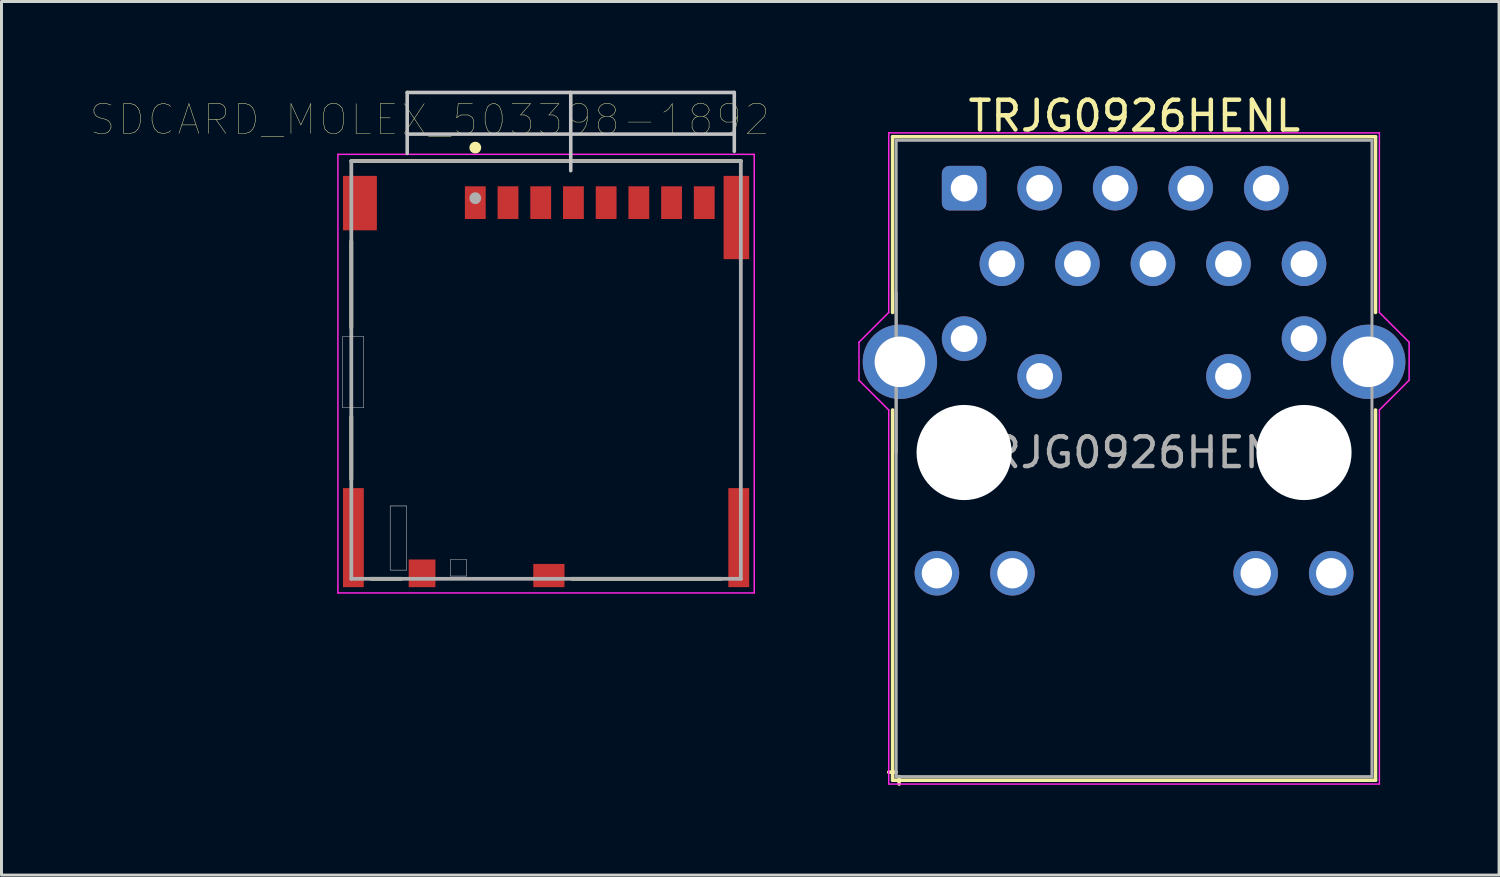
<source format=kicad_pcb>
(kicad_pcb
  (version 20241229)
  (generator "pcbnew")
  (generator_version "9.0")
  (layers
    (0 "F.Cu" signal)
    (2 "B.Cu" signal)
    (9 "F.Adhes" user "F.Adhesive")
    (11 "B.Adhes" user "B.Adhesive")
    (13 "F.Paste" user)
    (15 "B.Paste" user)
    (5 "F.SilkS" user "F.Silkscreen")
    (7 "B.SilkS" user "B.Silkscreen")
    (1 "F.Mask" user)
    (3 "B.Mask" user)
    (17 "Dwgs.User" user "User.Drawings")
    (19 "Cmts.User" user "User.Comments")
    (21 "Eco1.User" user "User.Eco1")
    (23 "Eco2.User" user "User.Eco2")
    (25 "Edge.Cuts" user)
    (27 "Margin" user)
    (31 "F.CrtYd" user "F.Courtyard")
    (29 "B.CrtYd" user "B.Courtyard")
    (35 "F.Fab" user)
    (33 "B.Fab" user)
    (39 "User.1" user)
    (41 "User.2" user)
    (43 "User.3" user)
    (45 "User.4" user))
  (footprint "TRJG0926HENL"
    (layer "F.Cu")
    (at 35.088 12.168)
    (property "Reference" "TRJG0926HENL" (at 0.01 -11.32 0) (layer "F.SilkS") (effects (font (size 1 1) (thickness 0.15))))
    (attr through_hole)
    (fp_line (start -8.12 -10.62) (end -8.12 -4.71) (stroke (width 0.12) (type solid)) (layer "F.SilkS"))
    (fp_line (start -8.12 -10.62) (end 8.12 -10.62) (stroke (width 0.12) (type solid)) (layer "F.SilkS"))
    (fp_line (start -8.12 -1.43) (end -8.12 11.02) (stroke (width 0.12) (type solid)) (layer "F.SilkS"))
    (fp_line (start -8 10.75) (end -8.25 10.75) (stroke (width 0.12) (type solid)) (layer "F.SilkS"))
    (fp_line (start -7.9 10.9) (end -7.9 11.15) (stroke (width 0.12) (type solid)) (layer "F.SilkS"))
    (fp_line (start 8.12 -10.62) (end 8.12 -4.71) (stroke (width 0.12) (type solid)) (layer "F.SilkS"))
    (fp_line (start 8.12 -1.43) (end 8.12 11.02) (stroke (width 0.12) (type solid)) (layer "F.SilkS"))
    (fp_line (start 8.12 11.02) (end -8.12 11.02) (stroke (width 0.12) (type solid)) (layer "F.SilkS"))
    (fp_line (start -9.25 -2.43) (end -9.25 -3.71) (stroke (width 0.05) (type solid)) (layer "F.CrtYd"))
    (fp_line (start -9.25 -2.43) (end -8.25 -1.43) (stroke (width 0.05) (type solid)) (layer "F.CrtYd"))
    (fp_line (start -8.25 -10.75) (end 8.25 -10.75) (stroke (width 0.05) (type solid)) (layer "F.CrtYd"))
    (fp_line (start -8.25 -4.71) (end -9.25 -3.71) (stroke (width 0.05) (type solid)) (layer "F.CrtYd"))
    (fp_line (start -8.25 -4.71) (end -8.25 -10.76) (stroke (width 0.05) (type solid)) (layer "F.CrtYd"))
    (fp_line (start -8.25 -1.43) (end -8.25 11.15) (stroke (width 0.05) (type solid)) (layer "F.CrtYd"))
    (fp_line (start -8.25 11.15) (end 8.25 11.15) (stroke (width 0.05) (type solid)) (layer "F.CrtYd"))
    (fp_line (start 8.25 -4.71) (end 8.25 -10.75) (stroke (width 0.05) (type solid)) (layer "F.CrtYd"))
    (fp_line (start 8.25 -4.71) (end 9.25 -3.71) (stroke (width 0.05) (type solid)) (layer "F.CrtYd"))
    (fp_line (start 8.25 -1.43) (end 8.25 11.15) (stroke (width 0.05) (type solid)) (layer "F.CrtYd"))
    (fp_line (start 9.25 -2.43) (end 8.25 -1.43) (stroke (width 0.05) (type solid)) (layer "F.CrtYd"))
    (fp_line (start 9.25 -2.43) (end 9.25 -3.71) (stroke (width 0.05) (type solid)) (layer "F.CrtYd"))
    (fp_line (start -8 -10.5) (end -8 0) (stroke (width 0.1) (type solid)) (layer "F.Fab"))
    (fp_line (start -8 -10.5) (end 8 -10.5) (stroke (width 0.1) (type solid)) (layer "F.Fab"))
    (fp_line (start -8 -5.37) (end -8 10.9) (stroke (width 0.1) (type solid)) (layer "F.Fab"))
    (fp_line (start -8 10.9) (end 8 10.9) (stroke (width 0.1) (type solid)) (layer "F.Fab"))
    (fp_line (start 8 -10.5) (end 8 10.9) (stroke (width 0.1) (type solid)) (layer "F.Fab"))
    (fp_text user "${REFERENCE}" (at 0 0 0) (layer "F.Fab") (effects (font (size 1 1) (thickness 0.15))))
    (pad "" np_thru_hole circle (at -5.715 0) (size 3.2 3.2) (drill 3.2) (layers "*.Cu" "*.Mask"))
    (pad "" np_thru_hole circle (at 5.715 0) (size 3.2 3.2) (drill 3.2) (layers "*.Cu" "*.Mask"))
    (pad "1" thru_hole roundrect (at -5.715 -8.89) (size 1.5 1.5) (drill 0.9) (layers "*.Cu" "*.Mask") (roundrect_rratio 0.167))
    (pad "2" thru_hole circle (at -4.445 -6.35) (size 1.5 1.5) (drill 0.9) (layers "*.Cu" "*.Mask"))
    (pad "3" thru_hole circle (at -3.175 -8.89) (size 1.5 1.5) (drill 0.9) (layers "*.Cu" "*.Mask"))
    (pad "4" thru_hole circle (at -1.905 -6.35) (size 1.5 1.5) (drill 0.9) (layers "*.Cu" "*.Mask"))
    (pad "5" thru_hole circle (at -0.635 -8.89) (size 1.5 1.5) (drill 0.9) (layers "*.Cu" "*.Mask"))
    (pad "6" thru_hole circle (at 0.635 -6.35 90) (size 1.5 1.5) (drill 0.9) (layers "*.Cu" "*.Mask"))
    (pad "7" thru_hole circle (at 1.905 -8.89) (size 1.5 1.5) (drill 0.9) (layers "*.Cu" "*.Mask"))
    (pad "8" thru_hole circle (at 3.175 -6.35) (size 1.5 1.5) (drill 0.9) (layers "*.Cu" "*.Mask"))
    (pad "9" thru_hole circle (at 4.445 -8.89) (size 1.5 1.5) (drill 0.9) (layers "*.Cu" "*.Mask"))
    (pad "10" thru_hole circle (at 5.715 -6.35) (size 1.5 1.5) (drill 0.9) (layers "*.Cu" "*.Mask"))
    (pad "11" thru_hole circle (at -5.715 -3.83) (size 1.5 1.5) (drill 0.9) (layers "*.Cu" "*.Mask"))
    (pad "12" thru_hole circle (at -3.175 -2.56) (size 1.5 1.5) (drill 0.9) (layers "*.Cu" "*.Mask"))
    (pad "13" thru_hole circle (at 3.175 -2.56) (size 1.5 1.5) (drill 0.9) (layers "*.Cu" "*.Mask"))
    (pad "14" thru_hole circle (at 5.715 -3.83) (size 1.5 1.5) (drill 0.9) (layers "*.Cu" "*.Mask"))
    (pad "15" thru_hole circle (at -6.63 4.06) (size 1.5 1.5) (drill 1.02) (layers "*.Cu" "*.Mask"))
    (pad "16" thru_hole circle (at -4.09 4.06) (size 1.5 1.5) (drill 1.02) (layers "*.Cu" "*.Mask"))
    (pad "17" thru_hole circle (at 4.09 4.06) (size 1.5 1.5) (drill 1.02) (layers "*.Cu" "*.Mask"))
    (pad "18" thru_hole circle (at 6.63 4.06) (size 1.5 1.5) (drill 1.02) (layers "*.Cu" "*.Mask"))
    (pad "19" thru_hole circle (at -7.875 -3.05) (size 2.5 2.5) (drill 1.7) (layers "*.Cu" "*.Mask"))
    (pad "20" thru_hole circle (at 7.875 -3.05) (size 2.5 2.5) (drill 1.7) (layers "*.Cu" "*.Mask")))
  (footprint "SDCARD_MOLEX_503398-1892"
    (layer "F.Cu")
    (at 15.314 9.39)
    (property "Reference" "SDCARD_MOLEX_503398-1892" (at -3.908 -8.416 0) (layer "F.SilkS") (effects (font (size 1.001 1.001) (thickness 0.015))))
    (attr through_hole)
    (fp_line (start -6.55 -7.025) (end 6.55 -7.025) (stroke (width 0.127) (type solid)) (layer "F.SilkS"))
    (fp_line (start -6.55 -4.325) (end -6.55 -1.425) (stroke (width 0.127) (type solid)) (layer "F.SilkS"))
    (fp_line (start -6.55 1.575) (end -6.55 3.675) (stroke (width 0.127) (type solid)) (layer "F.SilkS"))
    (fp_line (start -5.876 7.025) (end -4.874 7.025) (stroke (width 0.127) (type solid)) (layer "F.SilkS"))
    (fp_line (start 0.874 7.025) (end 5.876 7.025) (stroke (width 0.127) (type solid)) (layer "F.SilkS"))
    (fp_circle (center -2.38 -7.475) (end -2.28 -7.475) (stroke (width 0.2) (type solid)) (fill no) (layer "F.SilkS"))
    (fp_line (start -4.67 -9.33) (end -4.67 -7.28) (stroke (width 0.12) (type solid)) (layer "Dwgs.User"))
    (fp_line (start -4.67 -9.33) (end 6.33 -9.33) (stroke (width 0.12) (type solid)) (layer "Dwgs.User"))
    (fp_line (start -4.67 -7.93) (end 6.33 -7.93) (stroke (width 0.12) (type solid)) (layer "Dwgs.User"))
    (fp_line (start 0.83 -6.7) (end 0.83 -9.33) (stroke (width 0.12) (type solid)) (layer "Dwgs.User"))
    (fp_line (start 6.33 -9.33) (end 6.33 -7.35) (stroke (width 0.12) (type solid)) (layer "Dwgs.User"))
    (fp_poly (pts (xy -6.842 -1.125) (xy -6.13 -1.125) (xy -6.13 1.277) (xy -6.842 1.277)) (stroke (width 0.01) (type solid)) (fill no) (layer "Dwgs.User"))
    (fp_poly (pts (xy -6.836 -1.125) (xy -6.13 -1.125) (xy -6.13 1.276) (xy -6.836 1.276)) (stroke (width 0.01) (type solid)) (fill no) (layer "Dwgs.User"))
    (fp_poly (pts (xy -5.245 4.575) (xy -4.685 4.575) (xy -4.685 6.738) (xy -5.245 6.738)) (stroke (width 0.01) (type solid)) (fill no) (layer "Dwgs.User"))
    (fp_poly (pts (xy -5.239 4.575) (xy -4.685 4.575) (xy -4.685 6.73) (xy -5.239 6.73)) (stroke (width 0.01) (type solid)) (fill no) (layer "Dwgs.User"))
    (fp_poly (pts (xy -3.225 6.375) (xy -2.67 6.375) (xy -2.67 6.937) (xy -3.225 6.937)) (stroke (width 0.01) (type solid)) (fill no) (layer "Dwgs.User"))
    (fp_poly (pts (xy -3.223 6.375) (xy -2.67 6.375) (xy -2.67 6.93) (xy -3.223 6.93)) (stroke (width 0.01) (type solid)) (fill no) (layer "Dwgs.User"))
    (fp_poly (pts (xy -3.17 -3.725) (xy -3.17 1.275) (xy -3.82 1.275) (xy -3.82 3.875) (xy 0.57 3.875) (xy 0.57 5.125) (xy -1.73 5.125) (xy -1.73 7.305) (xy -0.43 7.305) (xy -0.43 6.525) (xy 6.13 6.525) (xy 6.13 3.975) (xy 6.83 3.975) (xy 6.83 -3.725)) (stroke (width 0.0001) (type solid)) (fill no) (layer "Dwgs.User"))
    (fp_poly (pts (xy -3.17 -3.725) (xy -3.17 1.275) (xy -3.82 1.275) (xy -3.82 3.875) (xy 0.57 3.875) (xy 0.57 5.125) (xy -1.73 5.125) (xy -1.73 7.305) (xy -0.43 7.305) (xy -0.43 6.525) (xy 6.13 6.525) (xy 6.13 3.975) (xy 6.83 3.975) (xy 6.83 -3.725)) (stroke (width 0.0001) (type solid)) (fill no) (layer "Dwgs.User"))
    (fp_line (start -7 -7.25) (end 7 -7.25) (stroke (width 0.05) (type solid)) (layer "F.CrtYd"))
    (fp_line (start -7 7.5) (end -7 -7.25) (stroke (width 0.05) (type solid)) (layer "F.CrtYd"))
    (fp_line (start 7 -7.25) (end 7 7.5) (stroke (width 0.05) (type solid)) (layer "F.CrtYd"))
    (fp_line (start 7 7.5) (end -7 7.5) (stroke (width 0.05) (type solid)) (layer "F.CrtYd"))
    (fp_line (start -6.55 -7.025) (end 6.55 -7.025) (stroke (width 0.127) (type solid)) (layer "F.Fab"))
    (fp_line (start -6.55 7.025) (end -6.55 -7.025) (stroke (width 0.127) (type solid)) (layer "F.Fab"))
    (fp_line (start 6.55 -7.025) (end 6.55 7.025) (stroke (width 0.127) (type solid)) (layer "F.Fab"))
    (fp_line (start 6.55 7.025) (end -6.55 7.025) (stroke (width 0.127) (type solid)) (layer "F.Fab"))
    (fp_circle (center -2.38 -5.775) (end -2.28 -5.775) (stroke (width 0.2) (type solid)) (fill no) (layer "F.Fab"))
    (pad "1" smd rect (at -2.38 -5.625) (size 0.7 1.1) (layers "F.Cu" "F.Mask" "F.Paste"))
    (pad "2" smd rect (at -1.28 -5.625) (size 0.7 1.1) (layers "F.Cu" "F.Mask" "F.Paste"))
    (pad "3" smd rect (at -0.18 -5.625) (size 0.7 1.1) (layers "F.Cu" "F.Mask" "F.Paste"))
    (pad "4" smd rect (at 0.92 -5.625) (size 0.7 1.1) (layers "F.Cu" "F.Mask" "F.Paste"))
    (pad "5" smd rect (at 2.02 -5.625) (size 0.7 1.1) (layers "F.Cu" "F.Mask" "F.Paste"))
    (pad "6" smd rect (at 3.12 -5.625) (size 0.7 1.1) (layers "F.Cu" "F.Mask" "F.Paste"))
    (pad "7" smd rect (at 4.22 -5.625) (size 0.7 1.1) (layers "F.Cu" "F.Mask" "F.Paste"))
    (pad "8" smd rect (at 5.32 -5.625) (size 0.7 1.1) (layers "F.Cu" "F.Mask" "F.Paste"))
    (pad "9" smd rect (at -4.17 6.84) (size 0.9 0.93) (layers "F.Cu" "F.Mask" "F.Paste"))
    (pad "10" smd rect (at 0.095 6.915) (size 1.05 0.78) (layers "F.Cu" "F.Mask" "F.Paste"))
    (pad "11" smd rect (at -6.48 5.64) (size 0.7 3.33) (layers "F.Cu" "F.Mask" "F.Paste"))
    (pad "11" smd rect (at -6.26 -5.61) (size 1.14 1.83) (layers "F.Cu" "F.Mask" "F.Paste"))
    (pad "11" smd rect (at 6.4 -5.125) (size 0.86 2.8) (layers "F.Cu" "F.Mask" "F.Paste"))
    (pad "11" smd rect (at 6.48 5.64) (size 0.7 3.33) (layers "F.Cu" "F.Mask" "F.Paste")))
  (gr_rect
    (start -3 -3)
    (end 47.363 26.378)
    (stroke (width 0.1) (type default))
    (fill no)
    (layer "Edge.Cuts")))
</source>
